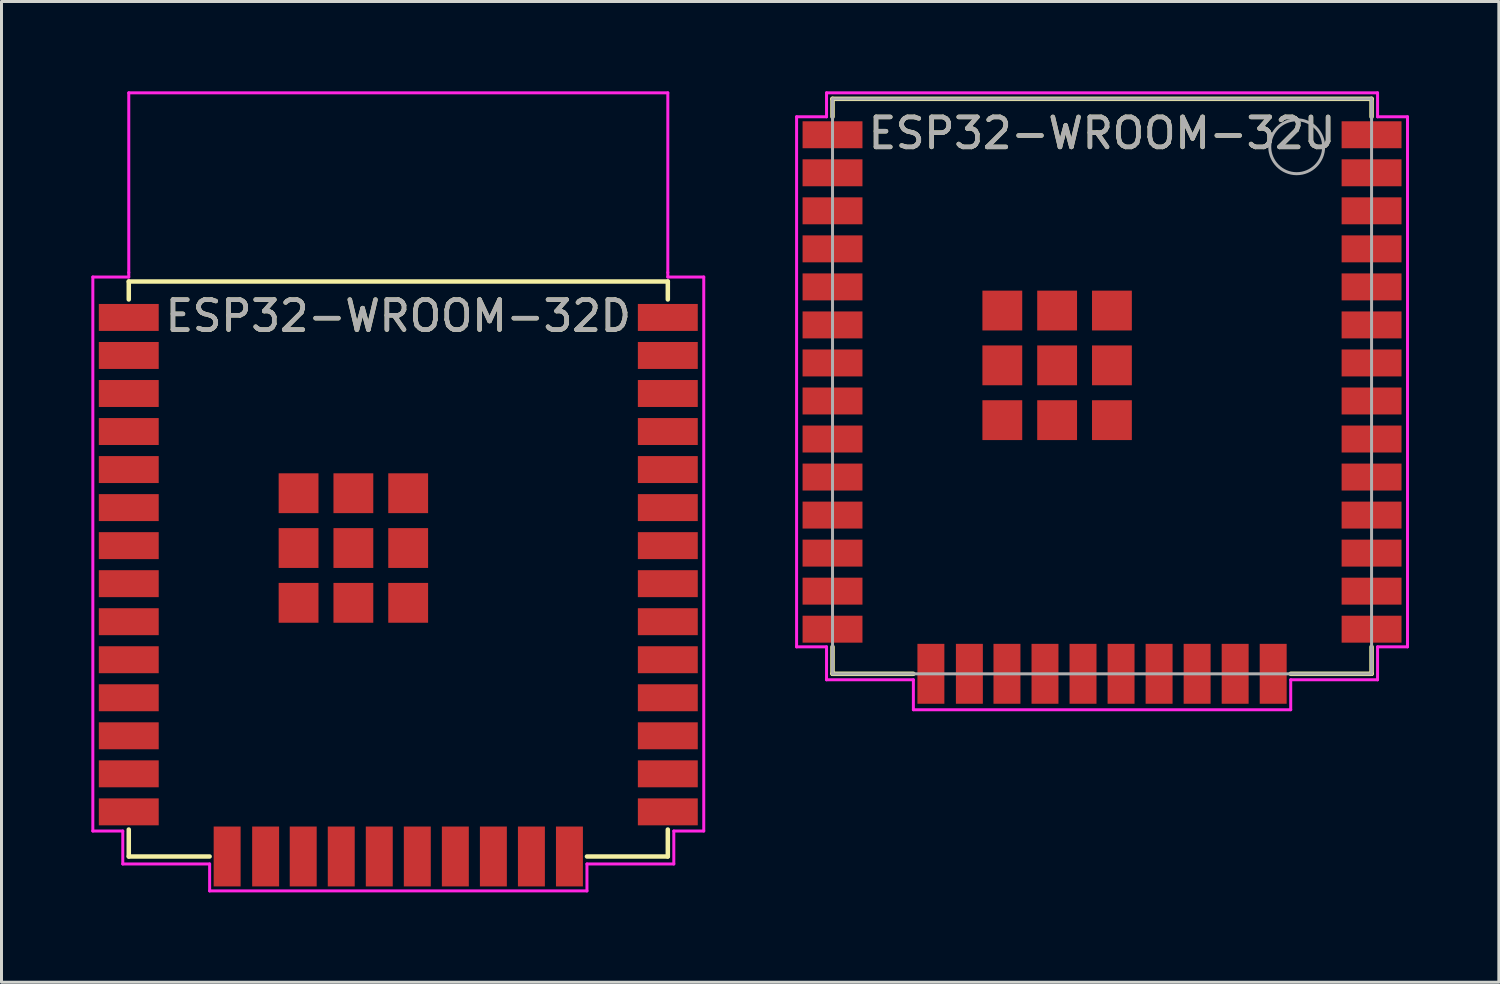
<source format=kicad_pcb>
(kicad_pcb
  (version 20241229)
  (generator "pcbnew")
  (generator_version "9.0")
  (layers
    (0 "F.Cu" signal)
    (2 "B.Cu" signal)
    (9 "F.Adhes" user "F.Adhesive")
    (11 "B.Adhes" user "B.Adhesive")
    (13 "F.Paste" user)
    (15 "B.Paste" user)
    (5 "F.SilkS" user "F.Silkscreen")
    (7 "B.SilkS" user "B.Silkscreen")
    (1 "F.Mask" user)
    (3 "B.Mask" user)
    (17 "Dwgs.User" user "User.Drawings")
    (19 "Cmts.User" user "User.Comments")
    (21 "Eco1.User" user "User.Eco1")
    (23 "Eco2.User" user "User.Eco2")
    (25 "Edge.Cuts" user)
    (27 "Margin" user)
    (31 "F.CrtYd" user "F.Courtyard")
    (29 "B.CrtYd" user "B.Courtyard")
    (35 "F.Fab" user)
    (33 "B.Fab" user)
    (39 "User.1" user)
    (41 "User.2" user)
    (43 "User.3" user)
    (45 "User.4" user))
  (footprint "ESP32-WROOM-32D"
    (layer "F.Cu")
    (at 10.25 12.8)
    (property "Reference" "ESP32-WROOM-32D" (at 0 -5.3 0) (layer "F.SilkS") (effects (font (size 1 1) (thickness 0.15))))
    (attr smd)
    (fp_line (start -9 -6.45) (end -9 -5.85) (stroke (width 0.15) (type solid)) (layer "F.SilkS"))
    (fp_line (start -9 -6.45) (end 9 -6.45) (stroke (width 0.15) (type solid)) (layer "F.SilkS"))
    (fp_line (start -9 12.75) (end -9 11.85) (stroke (width 0.15) (type solid)) (layer "F.SilkS"))
    (fp_line (start -9 12.75) (end -6.3 12.75) (stroke (width 0.15) (type solid)) (layer "F.SilkS"))
    (fp_line (start 9 -6.45) (end 9 -5.85) (stroke (width 0.15) (type solid)) (layer "F.SilkS"))
    (fp_line (start 9 12.75) (end 6.3 12.75) (stroke (width 0.15) (type solid)) (layer "F.SilkS"))
    (fp_line (start 9 12.75) (end 9 11.85) (stroke (width 0.15) (type solid)) (layer "F.SilkS"))
    (fp_line (start -10.2 -6.6) (end -10.2 11.9) (stroke (width 0.1) (type solid)) (layer "F.CrtYd"))
    (fp_line (start -10.2 11.9) (end -9.2 11.9) (stroke (width 0.1) (type solid)) (layer "F.CrtYd"))
    (fp_line (start -9.2 11.9) (end -9.2 13) (stroke (width 0.1) (type solid)) (layer "F.CrtYd"))
    (fp_line (start -9.2 13) (end -6.3 13) (stroke (width 0.1) (type solid)) (layer "F.CrtYd"))
    (fp_line (start -9 -12.75) (end -9 -6.75) (stroke (width 0.1) (type solid)) (layer "F.CrtYd"))
    (fp_line (start -9 -6.75) (end -9 -6.6) (stroke (width 0.1) (type solid)) (layer "F.CrtYd"))
    (fp_line (start -9 -6.6) (end -10.2 -6.6) (stroke (width 0.1) (type solid)) (layer "F.CrtYd"))
    (fp_line (start -6.3 13) (end -6.3 13.9) (stroke (width 0.1) (type solid)) (layer "F.CrtYd"))
    (fp_line (start -6.3 13.9) (end 6.3 13.9) (stroke (width 0.1) (type solid)) (layer "F.CrtYd"))
    (fp_line (start 6.3 13) (end 9.2 13) (stroke (width 0.1) (type solid)) (layer "F.CrtYd"))
    (fp_line (start 6.3 13.9) (end 6.3 13) (stroke (width 0.1) (type solid)) (layer "F.CrtYd"))
    (fp_line (start 9 -12.75) (end -9 -12.75) (stroke (width 0.1) (type solid)) (layer "F.CrtYd"))
    (fp_line (start 9 -6.75) (end 9 -12.75) (stroke (width 0.1) (type solid)) (layer "F.CrtYd"))
    (fp_line (start 9 -6.6) (end 9 -6.75) (stroke (width 0.1) (type solid)) (layer "F.CrtYd"))
    (fp_line (start 9 -6.6) (end 10.2 -6.6) (stroke (width 0.1) (type solid)) (layer "F.CrtYd"))
    (fp_line (start 9.2 11.9) (end 10.2 11.9) (stroke (width 0.1) (type solid)) (layer "F.CrtYd"))
    (fp_line (start 9.2 13) (end 9.2 11.9) (stroke (width 0.1) (type solid)) (layer "F.CrtYd"))
    (fp_line (start 10.2 11.9) (end 10.2 -6.6) (stroke (width 0.1) (type solid)) (layer "F.CrtYd"))
    (fp_text user "${REFERENCE}" (at 0 -5.3 0) (layer "F.Fab") (effects (font (size 1 1) (thickness 0.15))))
    (pad "1" smd rect (at -9 -5.25) (size 2 0.9) (layers "F.Cu" "F.Mask" "F.Paste"))
    (pad "2" smd rect (at -9 -3.98) (size 2 0.9) (layers "F.Cu" "F.Mask" "F.Paste"))
    (pad "3" smd rect (at -9 -2.71) (size 2 0.9) (layers "F.Cu" "F.Mask" "F.Paste"))
    (pad "4" smd rect (at -9 -1.44) (size 2 0.9) (layers "F.Cu" "F.Mask" "F.Paste"))
    (pad "5" smd rect (at -9 -0.17) (size 2 0.9) (layers "F.Cu" "F.Mask" "F.Paste"))
    (pad "6" smd rect (at -9 1.1) (size 2 0.9) (layers "F.Cu" "F.Mask" "F.Paste"))
    (pad "7" smd rect (at -9 2.37) (size 2 0.9) (layers "F.Cu" "F.Mask" "F.Paste"))
    (pad "8" smd rect (at -9 3.64) (size 2 0.9) (layers "F.Cu" "F.Mask" "F.Paste"))
    (pad "9" smd rect (at -9 4.91) (size 2 0.9) (layers "F.Cu" "F.Mask" "F.Paste"))
    (pad "10" smd rect (at -9 6.18) (size 2 0.9) (layers "F.Cu" "F.Mask" "F.Paste"))
    (pad "11" smd rect (at -9 7.45) (size 2 0.9) (layers "F.Cu" "F.Mask" "F.Paste"))
    (pad "12" smd rect (at -9 8.72) (size 2 0.9) (layers "F.Cu" "F.Mask" "F.Paste"))
    (pad "13" smd rect (at -9 9.99) (size 2 0.9) (layers "F.Cu" "F.Mask" "F.Paste"))
    (pad "14" smd rect (at -9 11.26) (size 2 0.9) (layers "F.Cu" "F.Mask" "F.Paste"))
    (pad "15" smd rect (at -5.715 12.75 90) (size 2 0.9) (layers "F.Cu" "F.Mask" "F.Paste"))
    (pad "16" smd rect (at -4.43 12.75 90) (size 2 0.9) (layers "F.Cu" "F.Mask" "F.Paste"))
    (pad "17" smd rect (at -3.175 12.75 90) (size 2 0.9) (layers "F.Cu" "F.Mask" "F.Paste"))
    (pad "18" smd rect (at -1.905 12.75 90) (size 2 0.9) (layers "F.Cu" "F.Mask" "F.Paste"))
    (pad "19" smd rect (at -0.635 12.75 90) (size 2 0.9) (layers "F.Cu" "F.Mask" "F.Paste"))
    (pad "20" smd rect (at 0.635 12.75 90) (size 2 0.9) (layers "F.Cu" "F.Mask" "F.Paste"))
    (pad "21" smd rect (at 1.905 12.75 90) (size 2 0.9) (layers "F.Cu" "F.Mask" "F.Paste"))
    (pad "22" smd rect (at 3.175 12.75 90) (size 2 0.9) (layers "F.Cu" "F.Mask" "F.Paste"))
    (pad "23" smd rect (at 4.445 12.75 90) (size 2 0.9) (layers "F.Cu" "F.Mask" "F.Paste"))
    (pad "24" smd rect (at 5.715 12.75 90) (size 2 0.9) (layers "F.Cu" "F.Mask" "F.Paste"))
    (pad "25" smd rect (at 9 11.26) (size 2 0.9) (layers "F.Cu" "F.Mask" "F.Paste"))
    (pad "26" smd rect (at 9 9.99) (size 2 0.9) (layers "F.Cu" "F.Mask" "F.Paste"))
    (pad "27" smd rect (at 9 8.72) (size 2 0.9) (layers "F.Cu" "F.Mask" "F.Paste"))
    (pad "28" smd rect (at 9 7.45) (size 2 0.9) (layers "F.Cu" "F.Mask" "F.Paste"))
    (pad "29" smd rect (at 9 6.18) (size 2 0.9) (layers "F.Cu" "F.Mask" "F.Paste"))
    (pad "30" smd rect (at 9 4.91) (size 2 0.9) (layers "F.Cu" "F.Mask" "F.Paste"))
    (pad "31" smd rect (at 9 3.64) (size 2 0.9) (layers "F.Cu" "F.Mask" "F.Paste"))
    (pad "32" smd rect (at 9 2.37) (size 2 0.9) (layers "F.Cu" "F.Mask" "F.Paste"))
    (pad "33" smd rect (at 9 1.1) (size 2 0.9) (layers "F.Cu" "F.Mask" "F.Paste"))
    (pad "34" smd rect (at 9 -0.17) (size 2 0.9) (layers "F.Cu" "F.Mask" "F.Paste"))
    (pad "35" smd rect (at 9 -1.44) (size 2 0.9) (layers "F.Cu" "F.Mask" "F.Paste"))
    (pad "36" smd rect (at 9 -2.71) (size 2 0.9) (layers "F.Cu" "F.Mask" "F.Paste"))
    (pad "37" smd rect (at 9 -3.98) (size 2 0.9) (layers "F.Cu" "F.Mask" "F.Paste"))
    (pad "38" smd rect (at 9 -5.25) (size 2 0.9) (layers "F.Cu" "F.Mask" "F.Paste"))
    (pad "39" smd rect (at -3.33 0.62 270) (size 1.33 1.33) (layers "F.Cu" "F.Mask" "F.Paste"))
    (pad "39" smd rect (at -3.33 2.45 270) (size 1.33 1.33) (layers "F.Cu" "F.Mask" "F.Paste"))
    (pad "39" smd rect (at -3.33 4.28 270) (size 1.33 1.33) (layers "F.Cu" "F.Mask" "F.Paste"))
    (pad "39" smd rect (at -1.5 0.62 270) (size 1.33 1.33) (layers "F.Cu" "F.Mask" "F.Paste"))
    (pad "39" smd rect (at -1.5 2.45 270) (size 1.33 1.33) (layers "F.Cu" "F.Mask" "F.Paste"))
    (pad "39" smd rect (at -1.5 4.28 270) (size 1.33 1.33) (layers "F.Cu" "F.Mask" "F.Paste"))
    (pad "39" smd rect (at 0.33 0.62 270) (size 1.33 1.33) (layers "F.Cu" "F.Mask" "F.Paste"))
    (pad "39" smd rect (at 0.33 2.45 270) (size 1.33 1.33) (layers "F.Cu" "F.Mask" "F.Paste"))
    (pad "39" smd rect (at 0.33 4.28 270) (size 1.33 1.33) (layers "F.Cu" "F.Mask" "F.Paste")))
  (footprint "ESP32-WROOM-32U"
    (layer "F.Cu")
    (at 33.75 9.85)
    (property "Reference" "ESP32-WROOM-32U" (at 0 -8.45 0) (layer "F.SilkS") (effects (font (size 1 1) (thickness 0.15))))
    (attr smd)
    (fp_line (start -9 -9.6) (end -9 -9) (stroke (width 0.15) (type solid)) (layer "F.SilkS"))
    (fp_line (start -9 -9.6) (end 9 -9.6) (stroke (width 0.15) (type solid)) (layer "F.SilkS"))
    (fp_line (start -9 9.6) (end -9 8.7) (stroke (width 0.15) (type solid)) (layer "F.SilkS"))
    (fp_line (start -9 9.6) (end -6.3 9.6) (stroke (width 0.15) (type solid)) (layer "F.SilkS"))
    (fp_line (start 9 -9.6) (end 9 -9) (stroke (width 0.15) (type solid)) (layer "F.SilkS"))
    (fp_line (start 9 9.6) (end 6.3 9.6) (stroke (width 0.15) (type solid)) (layer "F.SilkS"))
    (fp_line (start 9 9.6) (end 9 8.7) (stroke (width 0.15) (type solid)) (layer "F.SilkS"))
    (fp_line (start -10.2 -9) (end -9.2 -9) (stroke (width 0.1) (type solid)) (layer "F.CrtYd"))
    (fp_line (start -10.2 8.7) (end -10.2 -9) (stroke (width 0.1) (type solid)) (layer "F.CrtYd"))
    (fp_line (start -9.2 -9.8) (end 9.2 -9.8) (stroke (width 0.1) (type solid)) (layer "F.CrtYd"))
    (fp_line (start -9.2 -9) (end -9.2 -9.8) (stroke (width 0.1) (type solid)) (layer "F.CrtYd"))
    (fp_line (start -9.2 8.7) (end -10.2 8.7) (stroke (width 0.1) (type solid)) (layer "F.CrtYd"))
    (fp_line (start -9.2 9.8) (end -9.2 8.7) (stroke (width 0.1) (type solid)) (layer "F.CrtYd"))
    (fp_line (start -6.3 9.8) (end -9.2 9.8) (stroke (width 0.1) (type solid)) (layer "F.CrtYd"))
    (fp_line (start -6.3 10.8) (end -6.3 9.8) (stroke (width 0.1) (type solid)) (layer "F.CrtYd"))
    (fp_line (start 6.3 9.8) (end 6.3 10.8) (stroke (width 0.1) (type solid)) (layer "F.CrtYd"))
    (fp_line (start 6.3 10.8) (end -6.3 10.8) (stroke (width 0.1) (type solid)) (layer "F.CrtYd"))
    (fp_line (start 9.2 -9.8) (end 9.2 -9) (stroke (width 0.1) (type solid)) (layer "F.CrtYd"))
    (fp_line (start 9.2 -9) (end 10.2 -9) (stroke (width 0.1) (type solid)) (layer "F.CrtYd"))
    (fp_line (start 9.2 8.7) (end 9.2 9.8) (stroke (width 0.1) (type solid)) (layer "F.CrtYd"))
    (fp_line (start 9.2 9.8) (end 6.3 9.8) (stroke (width 0.1) (type solid)) (layer "F.CrtYd"))
    (fp_line (start 10.2 -9) (end 10.2 8.7) (stroke (width 0.1) (type solid)) (layer "F.CrtYd"))
    (fp_line (start 10.2 8.7) (end 9.2 8.7) (stroke (width 0.1) (type solid)) (layer "F.CrtYd"))
    (fp_line (start -9 -9.6) (end -9 9.6) (stroke (width 0.1) (type solid)) (layer "F.Fab"))
    (fp_line (start -9 9.6) (end 9 9.6) (stroke (width 0.1) (type solid)) (layer "F.Fab"))
    (fp_line (start 9 -9.6) (end -9 -9.6) (stroke (width 0.1) (type solid)) (layer "F.Fab"))
    (fp_line (start 9 9.6) (end 9 -9.6) (stroke (width 0.1) (type solid)) (layer "F.Fab"))
    (fp_circle (center 6.5 -8) (end 6.5 -8.9) (stroke (width 0.1) (type solid)) (fill no) (layer "F.Fab"))
    (fp_text user "${REFERENCE}" (at 0 -8.45 0) (layer "F.Fab") (effects (font (size 1 1) (thickness 0.15))))
    (pad "1" smd rect (at -9 -8.4) (size 2 0.9) (layers "F.Cu" "F.Mask" "F.Paste"))
    (pad "2" smd rect (at -9 -7.13) (size 2 0.9) (layers "F.Cu" "F.Mask" "F.Paste"))
    (pad "3" smd rect (at -9 -5.86) (size 2 0.9) (layers "F.Cu" "F.Mask" "F.Paste"))
    (pad "4" smd rect (at -9 -4.59) (size 2 0.9) (layers "F.Cu" "F.Mask" "F.Paste"))
    (pad "5" smd rect (at -9 -3.32) (size 2 0.9) (layers "F.Cu" "F.Mask" "F.Paste"))
    (pad "6" smd rect (at -9 -2.05) (size 2 0.9) (layers "F.Cu" "F.Mask" "F.Paste"))
    (pad "7" smd rect (at -9 -0.78) (size 2 0.9) (layers "F.Cu" "F.Mask" "F.Paste"))
    (pad "8" smd rect (at -9 0.49) (size 2 0.9) (layers "F.Cu" "F.Mask" "F.Paste"))
    (pad "9" smd rect (at -9 1.76) (size 2 0.9) (layers "F.Cu" "F.Mask" "F.Paste"))
    (pad "10" smd rect (at -9 3.03) (size 2 0.9) (layers "F.Cu" "F.Mask" "F.Paste"))
    (pad "11" smd rect (at -9 4.3) (size 2 0.9) (layers "F.Cu" "F.Mask" "F.Paste"))
    (pad "12" smd rect (at -9 5.57) (size 2 0.9) (layers "F.Cu" "F.Mask" "F.Paste"))
    (pad "13" smd rect (at -9 6.84) (size 2 0.9) (layers "F.Cu" "F.Mask" "F.Paste"))
    (pad "14" smd rect (at -9 8.11) (size 2 0.9) (layers "F.Cu" "F.Mask" "F.Paste"))
    (pad "15" smd rect (at -5.715 9.6 90) (size 2 0.9) (layers "F.Cu" "F.Mask" "F.Paste"))
    (pad "16" smd rect (at -4.43 9.6 90) (size 2 0.9) (layers "F.Cu" "F.Mask" "F.Paste"))
    (pad "17" smd rect (at -3.175 9.6 90) (size 2 0.9) (layers "F.Cu" "F.Mask" "F.Paste"))
    (pad "18" smd rect (at -1.905 9.6 90) (size 2 0.9) (layers "F.Cu" "F.Mask" "F.Paste"))
    (pad "19" smd rect (at -0.635 9.6 90) (size 2 0.9) (layers "F.Cu" "F.Mask" "F.Paste"))
    (pad "20" smd rect (at 0.635 9.6 90) (size 2 0.9) (layers "F.Cu" "F.Mask" "F.Paste"))
    (pad "21" smd rect (at 1.905 9.6 90) (size 2 0.9) (layers "F.Cu" "F.Mask" "F.Paste"))
    (pad "22" smd rect (at 3.175 9.6 90) (size 2 0.9) (layers "F.Cu" "F.Mask" "F.Paste"))
    (pad "23" smd rect (at 4.445 9.6 90) (size 2 0.9) (layers "F.Cu" "F.Mask" "F.Paste"))
    (pad "24" smd rect (at 5.715 9.6 90) (size 2 0.9) (layers "F.Cu" "F.Mask" "F.Paste"))
    (pad "25" smd rect (at 9 8.11) (size 2 0.9) (layers "F.Cu" "F.Mask" "F.Paste"))
    (pad "26" smd rect (at 9 6.84) (size 2 0.9) (layers "F.Cu" "F.Mask" "F.Paste"))
    (pad "27" smd rect (at 9 5.57) (size 2 0.9) (layers "F.Cu" "F.Mask" "F.Paste"))
    (pad "28" smd rect (at 9 4.3) (size 2 0.9) (layers "F.Cu" "F.Mask" "F.Paste"))
    (pad "29" smd rect (at 9 3.03) (size 2 0.9) (layers "F.Cu" "F.Mask" "F.Paste"))
    (pad "30" smd rect (at 9 1.76) (size 2 0.9) (layers "F.Cu" "F.Mask" "F.Paste"))
    (pad "31" smd rect (at 9 0.49) (size 2 0.9) (layers "F.Cu" "F.Mask" "F.Paste"))
    (pad "32" smd rect (at 9 -0.78) (size 2 0.9) (layers "F.Cu" "F.Mask" "F.Paste"))
    (pad "33" smd rect (at 9 -2.05) (size 2 0.9) (layers "F.Cu" "F.Mask" "F.Paste"))
    (pad "34" smd rect (at 9 -3.32) (size 2 0.9) (layers "F.Cu" "F.Mask" "F.Paste"))
    (pad "35" smd rect (at 9 -4.59) (size 2 0.9) (layers "F.Cu" "F.Mask" "F.Paste"))
    (pad "36" smd rect (at 9 -5.86) (size 2 0.9) (layers "F.Cu" "F.Mask" "F.Paste"))
    (pad "37" smd rect (at 9 -7.13) (size 2 0.9) (layers "F.Cu" "F.Mask" "F.Paste"))
    (pad "38" smd rect (at 9 -8.4) (size 2 0.9) (layers "F.Cu" "F.Mask" "F.Paste"))
    (pad "39" smd rect (at -3.33 -2.53 270) (size 1.33 1.33) (layers "F.Cu" "F.Mask" "F.Paste"))
    (pad "39" smd rect (at -3.33 -0.7 270) (size 1.33 1.33) (layers "F.Cu" "F.Mask" "F.Paste"))
    (pad "39" smd rect (at -3.33 1.13 270) (size 1.33 1.33) (layers "F.Cu" "F.Mask" "F.Paste"))
    (pad "39" smd rect (at -1.5 -2.53 270) (size 1.33 1.33) (layers "F.Cu" "F.Mask" "F.Paste"))
    (pad "39" smd rect (at -1.5 -0.7 270) (size 1.33 1.33) (layers "F.Cu" "F.Mask" "F.Paste"))
    (pad "39" smd rect (at -1.5 1.13 270) (size 1.33 1.33) (layers "F.Cu" "F.Mask" "F.Paste"))
    (pad "39" smd rect (at 0.33 -2.53 270) (size 1.33 1.33) (layers "F.Cu" "F.Mask" "F.Paste"))
    (pad "39" smd rect (at 0.33 -0.7 270) (size 1.33 1.33) (layers "F.Cu" "F.Mask" "F.Paste"))
    (pad "39" smd rect (at 0.33 1.13 270) (size 1.33 1.33) (layers "F.Cu" "F.Mask" "F.Paste")))
  (gr_rect
    (start -3 -3)
    (end 47 29.75)
    (stroke (width 0.1) (type default))
    (fill no)
    (layer "Edge.Cuts")))
</source>
